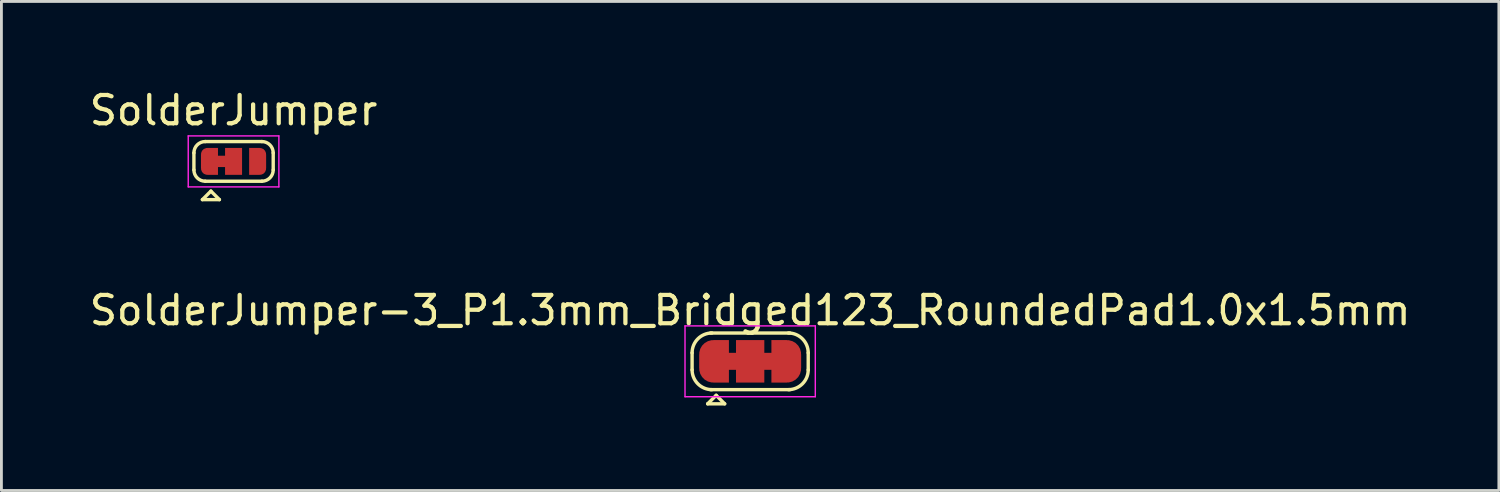
<source format=kicad_pcb>
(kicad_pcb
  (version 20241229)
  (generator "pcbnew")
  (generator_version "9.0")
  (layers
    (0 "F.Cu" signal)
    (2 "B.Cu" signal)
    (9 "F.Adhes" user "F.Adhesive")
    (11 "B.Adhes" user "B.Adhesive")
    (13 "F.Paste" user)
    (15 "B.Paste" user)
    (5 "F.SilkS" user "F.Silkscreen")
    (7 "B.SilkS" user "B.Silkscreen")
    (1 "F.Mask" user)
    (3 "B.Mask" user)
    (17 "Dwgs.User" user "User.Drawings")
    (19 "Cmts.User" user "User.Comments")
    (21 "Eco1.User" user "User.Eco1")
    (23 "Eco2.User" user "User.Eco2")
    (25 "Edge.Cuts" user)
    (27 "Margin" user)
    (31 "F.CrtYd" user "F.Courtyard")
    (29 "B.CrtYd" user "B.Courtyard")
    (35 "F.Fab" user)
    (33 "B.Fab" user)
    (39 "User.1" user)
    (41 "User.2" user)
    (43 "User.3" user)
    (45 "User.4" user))
  (footprint "SolderJumper-3_P1.3mm_Bridged123_RoundedPad1.0x1.5mm"
    (layer "F.Cu")
    (at 23.435 9.707)
    (property "Reference" "SolderJumper-3_P1.3mm_Bridged123_RoundedPad1.0x1.5mm" (at 0 -1.8 0) (layer "F.SilkS") (effects (font (size 1 1) (thickness 0.15))))
    (attr exclude_from_pos_files exclude_from_bom)
    (fp_poly (pts (xy -0.9 -0.3) (xy 0.9 -0.3) (xy 0.9 0.3) (xy -0.9 0.3)) (stroke (width 0) (type solid)) (fill yes) (layer "F.Cu"))
    (fp_line (start -2.05 0.3) (end -2.05 -0.3) (stroke (width 0.12) (type solid)) (layer "F.SilkS"))
    (fp_line (start -1.5 1.5) (end -0.9 1.5) (stroke (width 0.12) (type solid)) (layer "F.SilkS"))
    (fp_line (start -1.4 -1) (end 1.4 -1) (stroke (width 0.12) (type solid)) (layer "F.SilkS"))
    (fp_line (start -1.2 1.2) (end -1.5 1.5) (stroke (width 0.12) (type solid)) (layer "F.SilkS"))
    (fp_line (start -1.2 1.2) (end -0.9 1.5) (stroke (width 0.12) (type solid)) (layer "F.SilkS"))
    (fp_line (start 1.4 1) (end -1.4 1) (stroke (width 0.12) (type solid)) (layer "F.SilkS"))
    (fp_line (start 2.05 -0.3) (end 2.05 0.3) (stroke (width 0.12) (type solid)) (layer "F.SilkS"))
    (fp_arc (start -2.05 -0.3) (mid -1.844975 -0.794975) (end -1.35 -1) (stroke (width 0.12) (type solid)) (layer "F.SilkS"))
    (fp_arc (start -1.35 1) (mid -1.844975 0.794975) (end -2.05 0.3) (stroke (width 0.12) (type solid)) (layer "F.SilkS"))
    (fp_arc (start 1.35 -1) (mid 1.844975 -0.794975) (end 2.05 -0.3) (stroke (width 0.12) (type solid)) (layer "F.SilkS"))
    (fp_arc (start 2.05 0.3) (mid 1.844975 0.794975) (end 1.35 1) (stroke (width 0.12) (type solid)) (layer "F.SilkS"))
    (fp_line (start -2.3 -1.25) (end -2.3 1.25) (stroke (width 0.05) (type solid)) (layer "F.CrtYd"))
    (fp_line (start -2.3 -1.25) (end 2.3 -1.25) (stroke (width 0.05) (type solid)) (layer "F.CrtYd"))
    (fp_line (start 2.3 1.25) (end -2.3 1.25) (stroke (width 0.05) (type solid)) (layer "F.CrtYd"))
    (fp_line (start 2.3 1.25) (end 2.3 -1.25) (stroke (width 0.05) (type solid)) (layer "F.CrtYd"))
    (pad "1" smd custom (at -1.3 0) (size 1 0.5) (layers "F.Cu" "F.Mask") (options (anchor rect)) (primitives (gr_circle (center 0 0.25) (end 0.5 0.25) (width 0) (fill yes)) (gr_circle (center 0 -0.25) (end 0.5 -0.25) (width 0) (fill yes)) (gr_poly (pts (xy 0.55 0.75) (xy 0 0.75) (xy 0 -0.75) (xy 0.55 -0.75)) (width 0) (fill yes))))
    (pad "2" smd rect (at 0 0) (size 1 1.5) (layers "F.Cu" "F.Mask"))
    (pad "3" smd custom (at 1.3 0) (size 1 0.5) (layers "F.Cu" "F.Mask") (options (anchor rect)) (primitives (gr_circle (center 0 0.25) (end 0.5 0.25) (width 0) (fill yes)) (gr_circle (center 0 -0.25) (end 0.5 -0.25) (width 0) (fill yes)) (gr_poly (pts (xy 0 0.75) (xy -0.55 0.75) (xy -0.55 -0.75) (xy 0 -0.75)) (width 0) (fill yes)))))
  (footprint "SolderJumper"
    (layer "F.Cu")
    (at 5.196 2.648)
    (property "Reference" "SolderJumper" (at 0 -1.8 0) (layer "F.SilkS") (effects (font (size 1 1) (thickness 0.15))))
    (attr exclude_from_pos_files exclude_from_bom)
    (fp_poly (pts (xy -0.65 -0.2) (xy -0.15 -0.2) (xy -0.15 0.2) (xy -0.65 0.2)) (stroke (width 0) (type solid)) (fill yes) (layer "F.Cu"))
    (fp_line (start -1.4 0.3) (end -1.4 -0.3) (stroke (width 0.12) (type solid)) (layer "F.SilkS"))
    (fp_line (start -1.1 1.35) (end -0.5 1.35) (stroke (width 0.12) (type solid)) (layer "F.SilkS"))
    (fp_line (start -1 -0.7) (end 1 -0.7) (stroke (width 0.12) (type solid)) (layer "F.SilkS"))
    (fp_line (start -0.8 1.05) (end -1.1 1.35) (stroke (width 0.12) (type solid)) (layer "F.SilkS"))
    (fp_line (start -0.8 1.05) (end -0.5 1.35) (stroke (width 0.12) (type solid)) (layer "F.SilkS"))
    (fp_line (start 1 0.7) (end -1 0.7) (stroke (width 0.12) (type solid)) (layer "F.SilkS"))
    (fp_line (start 1.4 -0.3) (end 1.4 0.3) (stroke (width 0.12) (type solid)) (layer "F.SilkS"))
    (fp_arc (start -1.4 -0.299999) (mid -1.282843 -0.582842) (end -1 -0.7) (stroke (width 0.12) (type solid)) (layer "F.SilkS"))
    (fp_arc (start -1 0.700001) (mid -1.282843 0.582844) (end -1.400001 0.300001) (stroke (width 0.12) (type solid)) (layer "F.SilkS"))
    (fp_arc (start 1 -0.700001) (mid 1.282843 -0.582844) (end 1.400001 -0.300001) (stroke (width 0.12) (type solid)) (layer "F.SilkS"))
    (fp_arc (start 1.400001 0.3) (mid 1.282844 0.582843) (end 1.000001 0.700001) (stroke (width 0.12) (type solid)) (layer "F.SilkS"))
    (fp_line (start -1.6 -0.9) (end -1.6 0.9) (stroke (width 0.05) (type solid)) (layer "F.CrtYd"))
    (fp_line (start -1.6 -0.9) (end 1.6 -0.9) (stroke (width 0.05) (type solid)) (layer "F.CrtYd"))
    (fp_line (start 1.6 0.9) (end -1.6 0.9) (stroke (width 0.05) (type solid)) (layer "F.CrtYd"))
    (fp_line (start 1.6 0.9) (end 1.6 -0.9) (stroke (width 0.05) (type solid)) (layer "F.CrtYd"))
    (pad "1" smd custom (at -0.925 0 180) (size 0.45 0.5) (layers "F.Cu" "F.Mask") (options (anchor rect)) (primitives (gr_circle (center -0.001 0.25) (end 0.224 0.275) (width 0) (fill yes)) (gr_circle (center 0 -0.25) (end 0.225 -0.25) (width 0) (fill yes)) (gr_poly (pts (xy 0 0.475) (xy -0.375 0.475) (xy -0.375 -0.475) (xy 0 -0.475)) (width 0) (fill yes))))
    (pad "2" smd rect (at 0 0) (size 0.6 0.95) (layers "F.Cu" "F.Mask"))
    (pad "3" smd custom (at 0.925 0) (size 0.45 0.5) (layers "F.Cu" "F.Mask") (options (anchor rect)) (primitives (gr_circle (center -0.001 0.25) (end 0.224 0.275) (width 0) (fill yes)) (gr_circle (center 0 -0.25) (end 0.225 -0.25) (width 0) (fill yes)) (gr_poly (pts (xy 0 0.475) (xy -0.375 0.475) (xy -0.375 -0.475) (xy 0 -0.475)) (width 0) (fill yes)))))
  (gr_rect
    (start -3 -3)
    (end 49.869 14.267)
    (stroke (width 0.1) (type default))
    (fill no)
    (layer "Edge.Cuts")))
</source>
